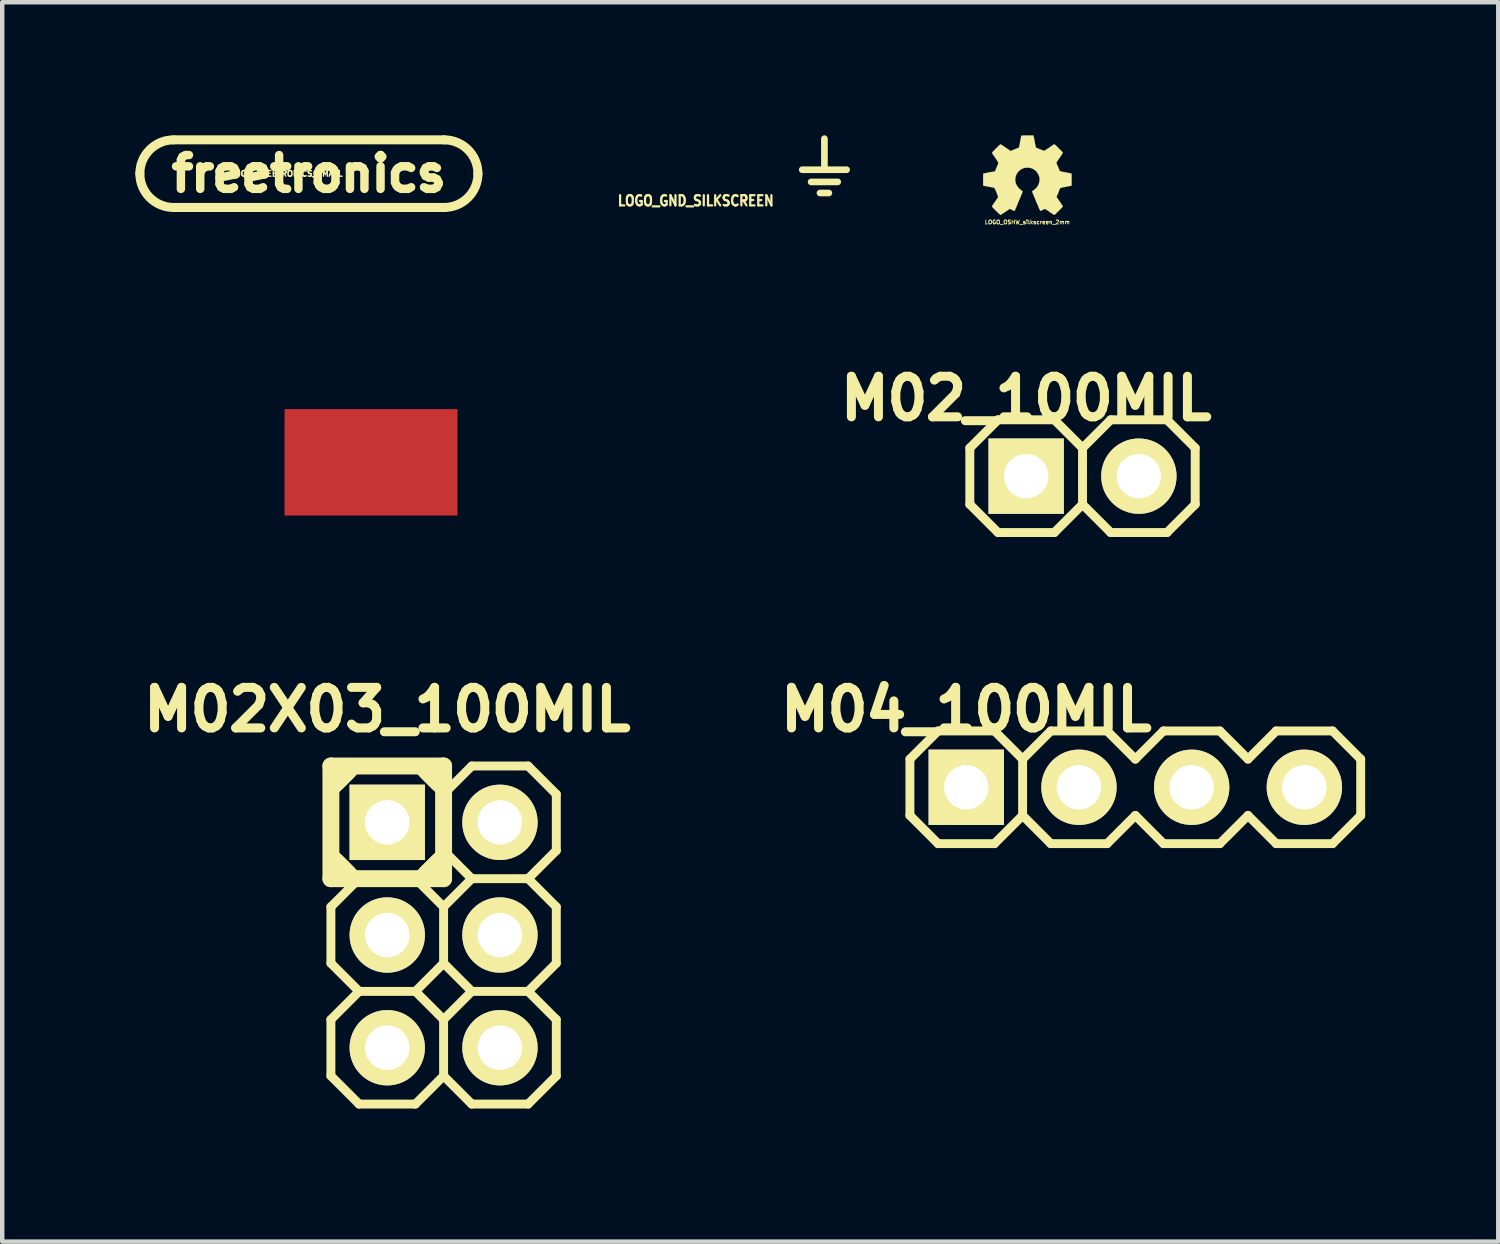
<source format=kicad_pcb>
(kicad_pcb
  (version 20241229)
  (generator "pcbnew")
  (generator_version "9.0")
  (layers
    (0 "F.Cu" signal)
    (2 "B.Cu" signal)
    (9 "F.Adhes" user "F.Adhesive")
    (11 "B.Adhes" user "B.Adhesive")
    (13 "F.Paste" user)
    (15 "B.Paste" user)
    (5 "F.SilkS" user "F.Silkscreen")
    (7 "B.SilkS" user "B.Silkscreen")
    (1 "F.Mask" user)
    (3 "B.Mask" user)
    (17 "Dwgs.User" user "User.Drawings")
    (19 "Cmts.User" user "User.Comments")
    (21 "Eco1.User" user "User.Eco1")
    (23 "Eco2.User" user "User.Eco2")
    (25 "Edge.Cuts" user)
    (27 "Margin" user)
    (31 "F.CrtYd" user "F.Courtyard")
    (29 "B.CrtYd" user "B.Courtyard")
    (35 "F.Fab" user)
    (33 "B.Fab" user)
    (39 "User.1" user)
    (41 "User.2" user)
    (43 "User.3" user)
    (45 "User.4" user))
  (footprint "M04_100MIL"
    (layer "F.Cu")
    (at 18.728 14.694)
    (property "Reference" "M04_100MIL" (at 0 -1.75 0) (layer "F.SilkS") (effects (font (size 0.914 0.914) (thickness 0.203))))
    (attr through_hole)
    (fp_line (start -1.27 -0.635) (end -0.635 -1.27) (stroke (width 0.201) (type solid)) (layer "F.SilkS"))
    (fp_line (start -1.27 0.635) (end -1.27 -0.635) (stroke (width 0.201) (type solid)) (layer "F.SilkS"))
    (fp_line (start -0.635 -1.27) (end 0.635 -1.27) (stroke (width 0.201) (type solid)) (layer "F.SilkS"))
    (fp_line (start -0.635 1.27) (end -1.27 0.635) (stroke (width 0.201) (type solid)) (layer "F.SilkS"))
    (fp_line (start 0.635 -1.27) (end 1.27 -0.635) (stroke (width 0.201) (type solid)) (layer "F.SilkS"))
    (fp_line (start 0.635 1.27) (end -0.635 1.27) (stroke (width 0.201) (type solid)) (layer "F.SilkS"))
    (fp_line (start 1.27 -0.635) (end 1.27 0.635) (stroke (width 0.201) (type solid)) (layer "F.SilkS"))
    (fp_line (start 1.27 -0.635) (end 1.905 -1.27) (stroke (width 0.201) (type solid)) (layer "F.SilkS"))
    (fp_line (start 1.27 0.635) (end 0.635 1.27) (stroke (width 0.201) (type solid)) (layer "F.SilkS"))
    (fp_line (start 1.905 -1.27) (end 3.175 -1.27) (stroke (width 0.201) (type solid)) (layer "F.SilkS"))
    (fp_line (start 1.905 1.27) (end 1.27 0.635) (stroke (width 0.201) (type solid)) (layer "F.SilkS"))
    (fp_line (start 3.175 -1.27) (end 3.81 -0.635) (stroke (width 0.201) (type solid)) (layer "F.SilkS"))
    (fp_line (start 3.175 1.27) (end 1.905 1.27) (stroke (width 0.201) (type solid)) (layer "F.SilkS"))
    (fp_line (start 3.81 -0.635) (end 4.445 -1.27) (stroke (width 0.201) (type solid)) (layer "F.SilkS"))
    (fp_line (start 3.81 0.635) (end 3.175 1.27) (stroke (width 0.201) (type solid)) (layer "F.SilkS"))
    (fp_line (start 4.445 -1.27) (end 5.715 -1.27) (stroke (width 0.201) (type solid)) (layer "F.SilkS"))
    (fp_line (start 4.445 1.27) (end 3.81 0.635) (stroke (width 0.201) (type solid)) (layer "F.SilkS"))
    (fp_line (start 5.715 -1.27) (end 6.35 -0.635) (stroke (width 0.201) (type solid)) (layer "F.SilkS"))
    (fp_line (start 5.715 1.27) (end 4.445 1.27) (stroke (width 0.201) (type solid)) (layer "F.SilkS"))
    (fp_line (start 6.35 -0.635) (end 6.985 -1.27) (stroke (width 0.201) (type solid)) (layer "F.SilkS"))
    (fp_line (start 6.35 0.635) (end 5.715 1.27) (stroke (width 0.201) (type solid)) (layer "F.SilkS"))
    (fp_line (start 6.985 -1.27) (end 8.255 -1.27) (stroke (width 0.201) (type solid)) (layer "F.SilkS"))
    (fp_line (start 6.985 1.27) (end 6.35 0.635) (stroke (width 0.201) (type solid)) (layer "F.SilkS"))
    (fp_line (start 8.255 -1.27) (end 8.89 -0.635) (stroke (width 0.201) (type solid)) (layer "F.SilkS"))
    (fp_line (start 8.255 1.27) (end 6.985 1.27) (stroke (width 0.201) (type solid)) (layer "F.SilkS"))
    (fp_line (start 8.89 -0.635) (end 8.89 0.635) (stroke (width 0.201) (type solid)) (layer "F.SilkS"))
    (fp_line (start 8.89 0.635) (end 8.255 1.27) (stroke (width 0.201) (type solid)) (layer "F.SilkS"))
    (pad "1" thru_hole rect (at 0 0) (size 1.699 1.699) (drill 1.001) (layers "*.Cu" "*.Mask" "F.SilkS"))
    (pad "2" thru_hole circle (at 2.54 0) (size 1.699 1.699) (drill 1.001) (layers "*.Cu" "*.Mask" "F.SilkS"))
    (pad "3" thru_hole circle (at 5.08 0) (size 1.699 1.699) (drill 1.001) (layers "*.Cu" "*.Mask" "F.SilkS"))
    (pad "4" thru_hole circle (at 7.62 0) (size 1.699 1.699) (drill 1.001) (layers "*.Cu" "*.Mask" "F.SilkS")))
  (footprint "LOGO_FREETRONICS_SMALL"
    (layer "F.Cu")
    (at 3.912 0.864)
    (property "Reference" "LOGO_FREETRONICS_SMALL" (at -0.508 0 0) (layer "F.SilkS") (effects (font (size 0.127 0.127) (thickness 0.032))))
    (attr through_hole)
    (fp_line (start -3.048 -0.762) (end 3.048 -0.762) (stroke (width 0.203) (type solid)) (layer "F.SilkS"))
    (fp_line (start 3.048 0.762) (end -3.048 0.762) (stroke (width 0.203) (type solid)) (layer "F.SilkS"))
    (fp_arc (start -3.81 0) (mid -3.586815 -0.538815) (end -3.048 -0.762) (stroke (width 0.2032) (type solid)) (layer "F.SilkS"))
    (fp_arc (start -3.048 0.762) (mid -3.586815 0.538815) (end -3.81 0) (stroke (width 0.2032) (type solid)) (layer "F.SilkS"))
    (fp_arc (start 3.048 -0.762) (mid 3.586815 -0.538815) (end 3.81 0) (stroke (width 0.2032) (type solid)) (layer "F.SilkS"))
    (fp_arc (start 3.81 0) (mid 3.586815 0.538815) (end 3.048 0.762) (stroke (width 0.2032) (type solid)) (layer "F.SilkS"))
    (fp_text user "freetronics" (at 0 0 0) (layer "F.SilkS") (effects (font (size 0.762 0.762) (thickness 0.191)))))
  (footprint "LOGO_GND_SILKSCREEN"
    (layer "F.Cu")
    (at 15.531 0.775)
    (property "Reference" "LOGO_GND_SILKSCREEN" (at -2.9 0.7 0) (layer "F.SilkS") (effects (font (size 0.23 0.2) (thickness 0.05))))
    (attr through_hole)
    (fp_line (start 0 0) (end -0.5 0) (stroke (width 0.15) (type solid)) (layer "F.SilkS"))
    (fp_line (start 0 0) (end 0 -0.7) (stroke (width 0.15) (type solid)) (layer "F.SilkS"))
    (fp_line (start 0 0) (end 0.5 0) (stroke (width 0.15) (type solid)) (layer "F.SilkS"))
    (fp_line (start 0.1 0.525) (end -0.1 0.525) (stroke (width 0.15) (type solid)) (layer "F.SilkS"))
    (fp_line (start 0.3 0.275) (end -0.3 0.275) (stroke (width 0.15) (type solid)) (layer "F.SilkS")))
  (footprint "M02_100MIL"
    (layer "F.Cu")
    (at 20.078 7.682)
    (property "Reference" "M02_100MIL" (at 0 -1.75 0) (layer "F.SilkS") (effects (font (size 0.914 0.914) (thickness 0.203))))
    (attr through_hole)
    (fp_line (start -1.27 -0.635) (end -0.635 -1.27) (stroke (width 0.201) (type solid)) (layer "F.SilkS"))
    (fp_line (start -1.27 0.635) (end -1.27 -0.635) (stroke (width 0.201) (type solid)) (layer "F.SilkS"))
    (fp_line (start -0.635 -1.27) (end 0.635 -1.27) (stroke (width 0.201) (type solid)) (layer "F.SilkS"))
    (fp_line (start -0.635 1.27) (end -1.27 0.635) (stroke (width 0.201) (type solid)) (layer "F.SilkS"))
    (fp_line (start 0.635 -1.27) (end 1.27 -0.635) (stroke (width 0.201) (type solid)) (layer "F.SilkS"))
    (fp_line (start 0.635 1.27) (end -0.635 1.27) (stroke (width 0.201) (type solid)) (layer "F.SilkS"))
    (fp_line (start 1.27 -0.635) (end 1.27 0.635) (stroke (width 0.201) (type solid)) (layer "F.SilkS"))
    (fp_line (start 1.27 -0.635) (end 1.905 -1.27) (stroke (width 0.201) (type solid)) (layer "F.SilkS"))
    (fp_line (start 1.27 0.635) (end 0.635 1.27) (stroke (width 0.201) (type solid)) (layer "F.SilkS"))
    (fp_line (start 1.905 -1.27) (end 3.175 -1.27) (stroke (width 0.201) (type solid)) (layer "F.SilkS"))
    (fp_line (start 1.905 1.27) (end 1.27 0.635) (stroke (width 0.201) (type solid)) (layer "F.SilkS"))
    (fp_line (start 3.175 -1.27) (end 3.81 -0.635) (stroke (width 0.201) (type solid)) (layer "F.SilkS"))
    (fp_line (start 3.175 1.27) (end 1.905 1.27) (stroke (width 0.201) (type solid)) (layer "F.SilkS"))
    (fp_line (start 3.81 -0.635) (end 3.81 0.635) (stroke (width 0.201) (type solid)) (layer "F.SilkS"))
    (fp_line (start 3.81 0.635) (end 3.175 1.27) (stroke (width 0.201) (type solid)) (layer "F.SilkS"))
    (pad "1" thru_hole rect (at 0 0) (size 1.699 1.699) (drill 1.001) (layers "*.Cu" "*.Mask" "F.SilkS"))
    (pad "2" thru_hole circle (at 2.54 0) (size 1.699 1.699) (drill 1.001) (layers "*.Cu" "*.Mask" "F.SilkS")))
  (footprint "LUXEON-PAD"
    (layer "F.Cu")
    (at 5.312 7.37)
    (property "Reference" "LUXEON-PAD" (at 1.041 -1.364 0) (layer "Eco1.User") (effects (font (size 1.27 1.27) (thickness 0.127))))
    (attr through_hole)
    (pad "P$1" smd rect (at 0 0) (size 3.899 2.398) (layers "F.Cu" "F.Mask" "F.Paste")))
  (footprint "M02X03_100MIL"
    (layer "F.Cu")
    (at 5.678 15.484)
    (property "Reference" "M02X03_100MIL" (at 0 -2.54 0) (layer "F.SilkS") (effects (font (size 0.914 0.914) (thickness 0.203))))
    (attr through_hole)
    (fp_line (start -1.27 -1.27) (end -1.27 1.27) (stroke (width 0.381) (type solid)) (layer "F.SilkS"))
    (fp_line (start -1.27 -0.635) (end -0.635 -1.27) (stroke (width 0.201) (type solid)) (layer "F.SilkS"))
    (fp_line (start -1.27 0.635) (end -1.27 -0.635) (stroke (width 0.201) (type solid)) (layer "F.SilkS"))
    (fp_line (start -1.27 1.27) (end 1.27 1.27) (stroke (width 0.381) (type solid)) (layer "F.SilkS"))
    (fp_line (start -1.27 1.905) (end -1.27 3.175) (stroke (width 0.201) (type solid)) (layer "F.SilkS"))
    (fp_line (start -1.27 1.905) (end -0.635 1.27) (stroke (width 0.201) (type solid)) (layer "F.SilkS"))
    (fp_line (start -1.27 3.175) (end -0.635 3.81) (stroke (width 0.201) (type solid)) (layer "F.SilkS"))
    (fp_line (start -1.27 4.445) (end -1.27 5.715) (stroke (width 0.201) (type solid)) (layer "F.SilkS"))
    (fp_line (start -1.27 4.445) (end -0.635 3.81) (stroke (width 0.201) (type solid)) (layer "F.SilkS"))
    (fp_line (start -1.143 -0.889) (end -0.889 -1.143) (stroke (width 0.381) (type solid)) (layer "F.SilkS"))
    (fp_line (start -1.143 0.889) (end -0.889 1.143) (stroke (width 0.381) (type solid)) (layer "F.SilkS"))
    (fp_line (start -0.635 -1.27) (end 0.635 -1.27) (stroke (width 0.201) (type solid)) (layer "F.SilkS"))
    (fp_line (start -0.635 1.27) (end -1.27 0.635) (stroke (width 0.201) (type solid)) (layer "F.SilkS"))
    (fp_line (start -0.635 3.81) (end 0.635 3.81) (stroke (width 0.201) (type solid)) (layer "F.SilkS"))
    (fp_line (start -0.635 6.35) (end -1.27 5.715) (stroke (width 0.201) (type solid)) (layer "F.SilkS"))
    (fp_line (start 0.635 -1.27) (end 1.27 -0.635) (stroke (width 0.201) (type solid)) (layer "F.SilkS"))
    (fp_line (start 0.635 1.27) (end -0.635 1.27) (stroke (width 0.201) (type solid)) (layer "F.SilkS"))
    (fp_line (start 0.635 3.81) (end 1.27 4.445) (stroke (width 0.201) (type solid)) (layer "F.SilkS"))
    (fp_line (start 0.635 6.35) (end -0.635 6.35) (stroke (width 0.201) (type solid)) (layer "F.SilkS"))
    (fp_line (start 0.889 -1.143) (end 1.143 -0.889) (stroke (width 0.381) (type solid)) (layer "F.SilkS"))
    (fp_line (start 0.889 1.143) (end 1.143 0.889) (stroke (width 0.381) (type solid)) (layer "F.SilkS"))
    (fp_line (start 1.27 -1.27) (end -1.27 -1.27) (stroke (width 0.381) (type solid)) (layer "F.SilkS"))
    (fp_line (start 1.27 -0.635) (end 1.27 0.635) (stroke (width 0.201) (type solid)) (layer "F.SilkS"))
    (fp_line (start 1.27 -0.635) (end 1.905 -1.27) (stroke (width 0.201) (type solid)) (layer "F.SilkS"))
    (fp_line (start 1.27 0.635) (end 0.635 1.27) (stroke (width 0.201) (type solid)) (layer "F.SilkS"))
    (fp_line (start 1.27 1.27) (end 1.27 -1.27) (stroke (width 0.381) (type solid)) (layer "F.SilkS"))
    (fp_line (start 1.27 1.905) (end 0.635 1.27) (stroke (width 0.201) (type solid)) (layer "F.SilkS"))
    (fp_line (start 1.27 1.905) (end 1.27 3.175) (stroke (width 0.201) (type solid)) (layer "F.SilkS"))
    (fp_line (start 1.27 1.905) (end 1.905 1.27) (stroke (width 0.201) (type solid)) (layer "F.SilkS"))
    (fp_line (start 1.27 3.175) (end 0.635 3.81) (stroke (width 0.201) (type solid)) (layer "F.SilkS"))
    (fp_line (start 1.27 4.445) (end 1.27 5.715) (stroke (width 0.201) (type solid)) (layer "F.SilkS"))
    (fp_line (start 1.27 4.445) (end 1.905 3.81) (stroke (width 0.201) (type solid)) (layer "F.SilkS"))
    (fp_line (start 1.27 5.715) (end 0.635 6.35) (stroke (width 0.201) (type solid)) (layer "F.SilkS"))
    (fp_line (start 1.905 -1.27) (end 3.175 -1.27) (stroke (width 0.201) (type solid)) (layer "F.SilkS"))
    (fp_line (start 1.905 1.27) (end 1.27 0.635) (stroke (width 0.201) (type solid)) (layer "F.SilkS"))
    (fp_line (start 1.905 3.81) (end 1.27 3.175) (stroke (width 0.201) (type solid)) (layer "F.SilkS"))
    (fp_line (start 1.905 3.81) (end 3.175 3.81) (stroke (width 0.201) (type solid)) (layer "F.SilkS"))
    (fp_line (start 1.905 6.35) (end 1.27 5.715) (stroke (width 0.201) (type solid)) (layer "F.SilkS"))
    (fp_line (start 3.175 -1.27) (end 3.81 -0.635) (stroke (width 0.201) (type solid)) (layer "F.SilkS"))
    (fp_line (start 3.175 1.27) (end 1.905 1.27) (stroke (width 0.201) (type solid)) (layer "F.SilkS"))
    (fp_line (start 3.175 1.27) (end 3.81 1.905) (stroke (width 0.201) (type solid)) (layer "F.SilkS"))
    (fp_line (start 3.175 3.81) (end 3.81 4.445) (stroke (width 0.201) (type solid)) (layer "F.SilkS"))
    (fp_line (start 3.175 6.35) (end 1.905 6.35) (stroke (width 0.201) (type solid)) (layer "F.SilkS"))
    (fp_line (start 3.81 -0.635) (end 3.81 0.635) (stroke (width 0.201) (type solid)) (layer "F.SilkS"))
    (fp_line (start 3.81 0.635) (end 3.175 1.27) (stroke (width 0.201) (type solid)) (layer "F.SilkS"))
    (fp_line (start 3.81 1.905) (end 3.81 3.175) (stroke (width 0.201) (type solid)) (layer "F.SilkS"))
    (fp_line (start 3.81 3.175) (end 3.175 3.81) (stroke (width 0.201) (type solid)) (layer "F.SilkS"))
    (fp_line (start 3.81 4.445) (end 3.81 5.715) (stroke (width 0.201) (type solid)) (layer "F.SilkS"))
    (fp_line (start 3.81 5.715) (end 3.175 6.35) (stroke (width 0.201) (type solid)) (layer "F.SilkS"))
    (pad "1" thru_hole rect (at 0 0) (size 1.699 1.699) (drill 1.001) (layers "*.Cu" "*.Mask" "F.SilkS"))
    (pad "2" thru_hole circle (at 2.54 0) (size 1.699 1.699) (drill 1.001) (layers "*.Cu" "*.Mask" "F.SilkS"))
    (pad "3" thru_hole circle (at 0 2.54) (size 1.699 1.699) (drill 1.001) (layers "*.Cu" "*.Mask" "F.SilkS"))
    (pad "4" thru_hole circle (at 2.54 2.54) (size 1.699 1.699) (drill 1.001) (layers "*.Cu" "*.Mask" "F.SilkS"))
    (pad "5" thru_hole circle (at 0 5.08) (size 1.699 1.699) (drill 1.001) (layers "*.Cu" "*.Mask" "F.SilkS"))
    (pad "6" thru_hole circle (at 2.54 5.08) (size 1.699 1.699) (drill 1.001) (layers "*.Cu" "*.Mask" "F.SilkS")))
  (footprint "LOGO_OSHW_silkscreen_2mm"
    (layer "F.Cu")
    (at 20.105 0.898)
    (property "Reference" "LOGO_OSHW_silkscreen_2mm" (at 0 1.059 0) (layer "F.SilkS") (effects (font (size 0.089 0.089) (thickness 0.018))))
    (attr through_hole)
    (fp_poly (pts (xy -0.605 0.897) (xy -0.594 0.892) (xy -0.572 0.876) (xy -0.538 0.856) (xy -0.498 0.828) (xy -0.46 0.803) (xy -0.427 0.78) (xy -0.404 0.765) (xy -0.394 0.759) (xy -0.389 0.762) (xy -0.371 0.772) (xy -0.343 0.785) (xy -0.328 0.792) (xy -0.302 0.805) (xy -0.29 0.808) (xy -0.287 0.803) (xy -0.277 0.785) (xy -0.264 0.752) (xy -0.244 0.709) (xy -0.224 0.658) (xy -0.201 0.602) (xy -0.178 0.546) (xy -0.155 0.493) (xy -0.135 0.445) (xy -0.119 0.406) (xy -0.109 0.378) (xy -0.104 0.368) (xy -0.107 0.366) (xy -0.119 0.353) (xy -0.14 0.338) (xy -0.188 0.297) (xy -0.234 0.239) (xy -0.264 0.173) (xy -0.272 0.099) (xy -0.264 0.033) (xy -0.239 -0.03) (xy -0.193 -0.091) (xy -0.137 -0.135) (xy -0.071 -0.163) (xy 0 -0.17) (xy 0.069 -0.163) (xy 0.135 -0.137) (xy 0.196 -0.091) (xy 0.218 -0.064) (xy 0.254 -0.003) (xy 0.274 0.058) (xy 0.274 0.074) (xy 0.272 0.145) (xy 0.251 0.213) (xy 0.216 0.272) (xy 0.163 0.323) (xy 0.157 0.328) (xy 0.132 0.345) (xy 0.117 0.356) (xy 0.104 0.366) (xy 0.193 0.582) (xy 0.208 0.617) (xy 0.234 0.676) (xy 0.254 0.726) (xy 0.272 0.767) (xy 0.284 0.792) (xy 0.29 0.805) (xy 0.297 0.805) (xy 0.312 0.8) (xy 0.343 0.785) (xy 0.363 0.775) (xy 0.386 0.765) (xy 0.396 0.759) (xy 0.406 0.765) (xy 0.427 0.78) (xy 0.46 0.8) (xy 0.498 0.826) (xy 0.533 0.851) (xy 0.569 0.874) (xy 0.592 0.889) (xy 0.605 0.897) (xy 0.607 0.897) (xy 0.617 0.889) (xy 0.638 0.874) (xy 0.665 0.846) (xy 0.706 0.805) (xy 0.714 0.8) (xy 0.747 0.765) (xy 0.775 0.734) (xy 0.795 0.714) (xy 0.8 0.706) (xy 0.795 0.693) (xy 0.78 0.668) (xy 0.757 0.635) (xy 0.729 0.594) (xy 0.658 0.49) (xy 0.699 0.394) (xy 0.709 0.363) (xy 0.724 0.328) (xy 0.737 0.302) (xy 0.742 0.29) (xy 0.752 0.287) (xy 0.78 0.279) (xy 0.818 0.272) (xy 0.864 0.264) (xy 0.909 0.254) (xy 0.947 0.246) (xy 0.978 0.241) (xy 0.991 0.239) (xy 0.993 0.236) (xy 0.996 0.231) (xy 0.998 0.218) (xy 0.998 0.193) (xy 0.998 0.155) (xy 0.998 0.099) (xy 0.998 0.094) (xy 0.998 0.041) (xy 0.998 0) (xy 0.996 -0.025) (xy 0.993 -0.036) (xy 0.98 -0.041) (xy 0.953 -0.046) (xy 0.914 -0.053) (xy 0.866 -0.064) (xy 0.864 -0.064) (xy 0.815 -0.071) (xy 0.777 -0.081) (xy 0.749 -0.086) (xy 0.737 -0.091) (xy 0.734 -0.094) (xy 0.724 -0.112) (xy 0.711 -0.142) (xy 0.696 -0.178) (xy 0.681 -0.213) (xy 0.665 -0.249) (xy 0.658 -0.272) (xy 0.655 -0.284) (xy 0.663 -0.295) (xy 0.678 -0.32) (xy 0.701 -0.353) (xy 0.729 -0.394) (xy 0.732 -0.399) (xy 0.759 -0.437) (xy 0.78 -0.472) (xy 0.795 -0.495) (xy 0.8 -0.505) (xy 0.8 -0.508) (xy 0.792 -0.518) (xy 0.772 -0.541) (xy 0.742 -0.572) (xy 0.706 -0.607) (xy 0.696 -0.617) (xy 0.658 -0.655) (xy 0.63 -0.681) (xy 0.612 -0.693) (xy 0.605 -0.699) (xy 0.605 -0.696) (xy 0.592 -0.691) (xy 0.566 -0.673) (xy 0.533 -0.65) (xy 0.493 -0.622) (xy 0.49 -0.62) (xy 0.45 -0.594) (xy 0.417 -0.572) (xy 0.394 -0.556) (xy 0.384 -0.549) (xy 0.381 -0.549) (xy 0.366 -0.554) (xy 0.335 -0.564) (xy 0.302 -0.577) (xy 0.264 -0.592) (xy 0.231 -0.607) (xy 0.206 -0.617) (xy 0.193 -0.625) (xy 0.188 -0.64) (xy 0.183 -0.671) (xy 0.173 -0.711) (xy 0.165 -0.759) (xy 0.163 -0.767) (xy 0.155 -0.815) (xy 0.147 -0.853) (xy 0.14 -0.881) (xy 0.137 -0.894) (xy 0.132 -0.894) (xy 0.107 -0.897) (xy 0.071 -0.897) (xy 0.028 -0.897) (xy -0.015 -0.897) (xy -0.058 -0.897) (xy -0.097 -0.894) (xy -0.122 -0.894) (xy -0.135 -0.892) (xy -0.135 -0.889) (xy -0.14 -0.876) (xy -0.145 -0.846) (xy -0.155 -0.805) (xy -0.163 -0.754) (xy -0.165 -0.747) (xy -0.173 -0.699) (xy -0.183 -0.66) (xy -0.188 -0.632) (xy -0.191 -0.622) (xy -0.196 -0.62) (xy -0.213 -0.612) (xy -0.246 -0.599) (xy -0.287 -0.582) (xy -0.378 -0.546) (xy -0.49 -0.622) (xy -0.5 -0.63) (xy -0.541 -0.658) (xy -0.574 -0.678) (xy -0.597 -0.693) (xy -0.607 -0.699) (xy -0.617 -0.688) (xy -0.64 -0.668) (xy -0.671 -0.638) (xy -0.706 -0.605) (xy -0.732 -0.577) (xy -0.762 -0.546) (xy -0.782 -0.526) (xy -0.792 -0.511) (xy -0.798 -0.503) (xy -0.795 -0.498) (xy -0.79 -0.485) (xy -0.772 -0.462) (xy -0.749 -0.427) (xy -0.721 -0.389) (xy -0.699 -0.353) (xy -0.676 -0.318) (xy -0.66 -0.29) (xy -0.653 -0.277) (xy -0.655 -0.272) (xy -0.663 -0.249) (xy -0.676 -0.216) (xy -0.693 -0.175) (xy -0.732 -0.086) (xy -0.79 -0.076) (xy -0.826 -0.069) (xy -0.876 -0.061) (xy -0.922 -0.051) (xy -0.996 -0.036) (xy -0.998 0.231) (xy -0.988 0.236) (xy -0.975 0.241) (xy -0.95 0.246) (xy -0.909 0.254) (xy -0.864 0.262) (xy -0.826 0.269) (xy -0.785 0.277) (xy -0.757 0.282) (xy -0.744 0.284) (xy -0.742 0.29) (xy -0.732 0.31) (xy -0.716 0.34) (xy -0.701 0.376) (xy -0.686 0.414) (xy -0.673 0.45) (xy -0.663 0.475) (xy -0.658 0.49) (xy -0.663 0.5) (xy -0.678 0.523) (xy -0.701 0.556) (xy -0.726 0.594) (xy -0.754 0.635) (xy -0.777 0.668) (xy -0.792 0.693) (xy -0.8 0.704) (xy -0.795 0.711) (xy -0.78 0.729) (xy -0.752 0.759) (xy -0.706 0.805) (xy -0.699 0.81) (xy -0.665 0.846) (xy -0.635 0.871) (xy -0.615 0.892) (xy -0.605 0.897)) (stroke (width 0.003) (type solid)) (fill yes) (layer "F.SilkS")))
  (gr_rect
    (start -3 -3)
    (end 30.718 24.934)
    (stroke (width 0.1) (type default))
    (fill no)
    (layer "Edge.Cuts")))
</source>
